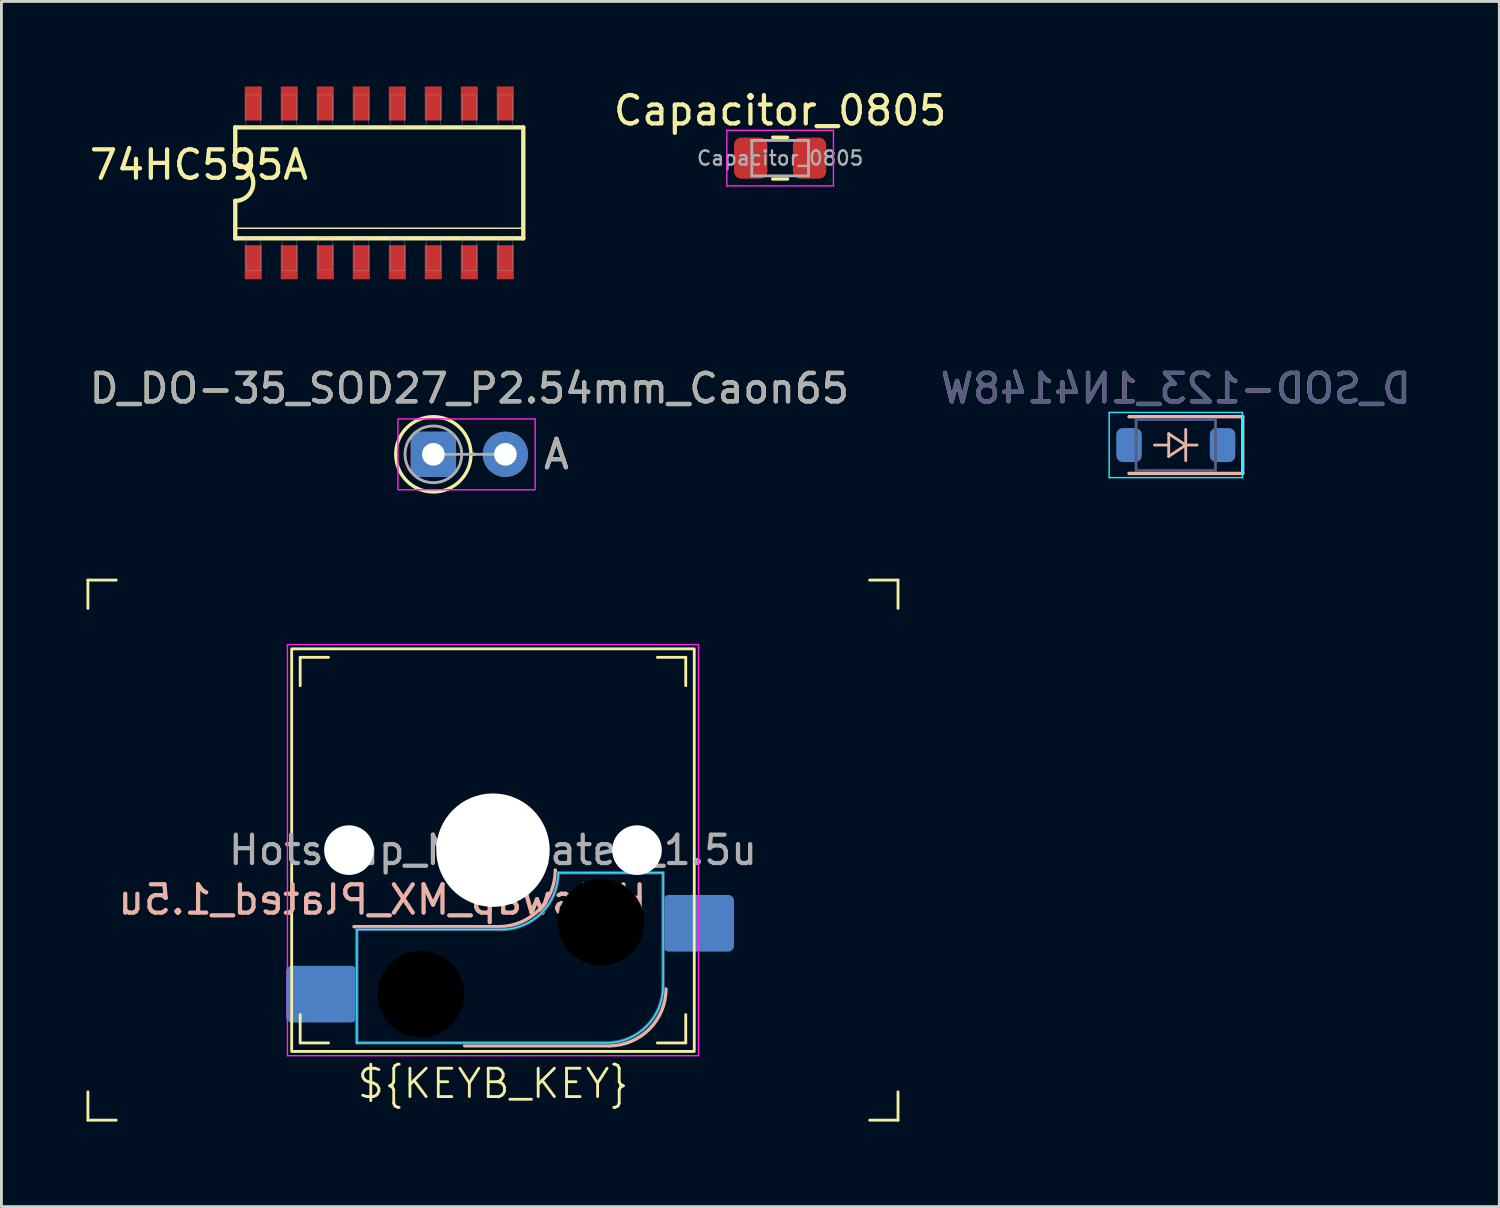
<source format=kicad_pcb>
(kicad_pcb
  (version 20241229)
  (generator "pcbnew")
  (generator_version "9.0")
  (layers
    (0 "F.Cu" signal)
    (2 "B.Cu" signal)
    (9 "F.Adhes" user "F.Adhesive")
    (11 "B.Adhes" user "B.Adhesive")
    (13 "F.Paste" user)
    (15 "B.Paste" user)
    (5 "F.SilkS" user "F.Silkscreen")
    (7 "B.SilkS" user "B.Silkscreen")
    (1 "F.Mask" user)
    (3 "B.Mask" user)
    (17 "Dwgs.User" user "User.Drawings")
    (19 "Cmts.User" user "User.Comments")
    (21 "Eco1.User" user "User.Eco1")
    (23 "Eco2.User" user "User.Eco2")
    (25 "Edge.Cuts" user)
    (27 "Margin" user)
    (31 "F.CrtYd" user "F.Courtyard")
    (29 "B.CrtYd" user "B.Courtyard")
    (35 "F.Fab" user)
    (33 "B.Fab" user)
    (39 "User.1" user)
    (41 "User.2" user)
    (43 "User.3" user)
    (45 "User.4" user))
  (footprint "74HC595A"
    (layer "F.Cu")
    (at 10.328 3.4)
    (property "Reference" "74HC595A" (at -6.363 -0.636 180) (layer "F.SilkS") (effects (font (size 1.002 1.002) (thickness 0.15))))
    (attr smd)
    (fp_line (start -5.08 -0.635) (end -5.08 -1.956) (stroke (width 0.152) (type solid)) (layer "F.SilkS"))
    (fp_line (start -5.08 1.6) (end 5.08 1.6) (stroke (width 0.051) (type solid)) (layer "F.SilkS"))
    (fp_line (start -5.08 1.956) (end -5.08 0.635) (stroke (width 0.152) (type solid)) (layer "F.SilkS"))
    (fp_line (start -5.08 1.956) (end 5.08 1.956) (stroke (width 0.152) (type solid)) (layer "F.SilkS"))
    (fp_line (start 5.08 -1.956) (end -5.08 -1.956) (stroke (width 0.152) (type solid)) (layer "F.SilkS"))
    (fp_line (start 5.08 1.956) (end 5.08 -1.956) (stroke (width 0.152) (type solid)) (layer "F.SilkS"))
    (fp_arc (start -5.08 -0.635) (mid -4.445 0) (end -5.08 0.635) (stroke (width 0.1524) (type solid)) (layer "F.SilkS"))
    (fp_poly (pts (xy -4.703 -3.099) (xy -4.191 -3.099) (xy -4.191 -1.958) (xy -4.703 -1.958)) (stroke (width 0.01) (type solid)) (fill no) (layer "F.Fab"))
    (fp_poly (pts (xy -4.7 1.956) (xy -4.191 1.956) (xy -4.191 3.1) (xy -4.7 3.1)) (stroke (width 0.01) (type solid)) (fill no) (layer "F.Fab"))
    (fp_poly (pts (xy -3.431 -3.099) (xy -2.921 -3.099) (xy -2.921 -1.957) (xy -3.431 -1.957)) (stroke (width 0.01) (type solid)) (fill no) (layer "F.Fab"))
    (fp_poly (pts (xy -3.429 1.956) (xy -2.921 1.956) (xy -2.921 3.099) (xy -3.429 3.099)) (stroke (width 0.01) (type solid)) (fill no) (layer "F.Fab"))
    (fp_poly (pts (xy -2.16 -3.099) (xy -1.651 -3.099) (xy -1.651 -1.957) (xy -2.16 -1.957)) (stroke (width 0.01) (type solid)) (fill no) (layer "F.Fab"))
    (fp_poly (pts (xy -2.159 1.93) (xy -1.651 1.93) (xy -1.651 3.074) (xy -2.159 3.074)) (stroke (width 0.01) (type solid)) (fill no) (layer "F.Fab"))
    (fp_poly (pts (xy -0.891 1.956) (xy -0.381 1.956) (xy -0.381 3.105) (xy -0.891 3.105)) (stroke (width 0.01) (type solid)) (fill no) (layer "F.Fab"))
    (fp_poly (pts (xy -0.89 -3.099) (xy -0.381 -3.099) (xy -0.381 -1.959) (xy -0.89 -1.959)) (stroke (width 0.01) (type solid)) (fill no) (layer "F.Fab"))
    (fp_poly (pts (xy 0.381 -3.099) (xy 0.889 -3.099) (xy 0.889 -1.956) (xy 0.381 -1.956)) (stroke (width 0.01) (type solid)) (fill no) (layer "F.Fab"))
    (fp_poly (pts (xy 0.381 1.956) (xy 0.889 1.956) (xy 0.889 3.1) (xy 0.381 3.1)) (stroke (width 0.01) (type solid)) (fill no) (layer "F.Fab"))
    (fp_poly (pts (xy 1.652 1.956) (xy 2.159 1.956) (xy 2.159 3.101) (xy 1.652 3.101)) (stroke (width 0.01) (type solid)) (fill no) (layer "F.Fab"))
    (fp_poly (pts (xy 1.654 -3.099) (xy 2.159 -3.099) (xy 2.159 -1.959) (xy 1.654 -1.959)) (stroke (width 0.01) (type solid)) (fill no) (layer "F.Fab"))
    (fp_poly (pts (xy 2.922 1.956) (xy 3.429 1.956) (xy 3.429 3.1) (xy 2.922 3.1)) (stroke (width 0.01) (type solid)) (fill no) (layer "F.Fab"))
    (fp_poly (pts (xy 2.927 -3.099) (xy 3.429 -3.099) (xy 3.429 -1.96) (xy 2.927 -1.96)) (stroke (width 0.01) (type solid)) (fill no) (layer "F.Fab"))
    (fp_poly (pts (xy 4.193 -3.099) (xy 4.699 -3.099) (xy 4.699 -1.957) (xy 4.193 -1.957)) (stroke (width 0.01) (type solid)) (fill no) (layer "F.Fab"))
    (fp_poly (pts (xy 4.193 1.956) (xy 4.699 1.956) (xy 4.699 3.1) (xy 4.193 3.1)) (stroke (width 0.01) (type solid)) (fill no) (layer "F.Fab"))
    (pad "1" smd rect (at -4.445 2.8) (size 0.6 1.2) (layers "F.Cu" "F.Mask" "F.Paste"))
    (pad "2" smd rect (at -3.175 2.8) (size 0.6 1.2) (layers "F.Cu" "F.Mask" "F.Paste"))
    (pad "3" smd rect (at -1.905 2.8) (size 0.6 1.2) (layers "F.Cu" "F.Mask" "F.Paste"))
    (pad "4" smd rect (at -0.635 2.8) (size 0.6 1.2) (layers "F.Cu" "F.Mask" "F.Paste"))
    (pad "5" smd rect (at 0.635 2.8) (size 0.6 1.2) (layers "F.Cu" "F.Mask" "F.Paste"))
    (pad "6" smd rect (at 1.905 2.8) (size 0.6 1.2) (layers "F.Cu" "F.Mask" "F.Paste"))
    (pad "7" smd rect (at 3.175 2.8) (size 0.6 1.2) (layers "F.Cu" "F.Mask" "F.Paste"))
    (pad "8" smd rect (at 4.445 2.8) (size 0.6 1.2) (layers "F.Cu" "F.Mask" "F.Paste"))
    (pad "9" smd rect (at 4.445 -2.8) (size 0.6 1.2) (layers "F.Cu" "F.Mask" "F.Paste"))
    (pad "10" smd rect (at 3.175 -2.8) (size 0.6 1.2) (layers "F.Cu" "F.Mask" "F.Paste"))
    (pad "11" smd rect (at 1.905 -2.8) (size 0.6 1.2) (layers "F.Cu" "F.Mask" "F.Paste"))
    (pad "12" smd rect (at 0.635 -2.8) (size 0.6 1.2) (layers "F.Cu" "F.Mask" "F.Paste"))
    (pad "13" smd rect (at -0.635 -2.8) (size 0.6 1.2) (layers "F.Cu" "F.Mask" "F.Paste"))
    (pad "14" smd rect (at -1.905 -2.8) (size 0.6 1.2) (layers "F.Cu" "F.Mask" "F.Paste"))
    (pad "15" smd rect (at -3.175 -2.8) (size 0.6 1.2) (layers "F.Cu" "F.Mask" "F.Paste"))
    (pad "16" smd rect (at -4.445 -2.8) (size 0.6 1.2) (layers "F.Cu" "F.Mask" "F.Paste")))
  (footprint "D_DO-35_SOD27_P2.54mm_Caon65"
    (layer "F.Cu")
    (at 12.236 12.975)
    (property "Reference" "D_DO-35_SOD27_P2.54mm_Caon65" (at 1.27 -2.326 0) (layer "F.SilkS") (effects (font (size 1 1) (thickness 0.15))))
    (attr through_hole)
    (fp_line (start 1.326 0) (end 1.44 0) (stroke (width 0.12) (type solid)) (layer "F.SilkS"))
    (fp_circle (center 0 0) (end 1.326 0) (stroke (width 0.12) (type solid)) (fill no) (layer "F.SilkS"))
    (fp_rect (start -1.25 -1.25) (end 3.59 1.25) (stroke (width 0.05) (type solid)) (fill no) (layer "F.CrtYd"))
    (fp_line (start 0 0) (end 2.54 0) (stroke (width 0.1) (type solid)) (layer "F.Fab"))
    (fp_circle (center 0 0) (end 1 0) (stroke (width 0.1) (type solid)) (fill no) (layer "F.Fab"))
    (fp_text user "A" (at 4.34 0 0) (layer "F.SilkS") (effects (font (size 1 1) (thickness 0.15))))
    (fp_text user "${REFERENCE}" (at 1.27 -2.326 0) (layer "F.Fab") (effects (font (size 1 1) (thickness 0.15))))
    (fp_text user "A" (at 4.34 0 0) (layer "F.Fab") (effects (font (size 1 1) (thickness 0.15))))
    (pad "1" thru_hole roundrect (at 0 0) (size 1.6 1.6) (drill 0.8) (layers "*.Cu" "*.Mask") (roundrect_rratio 0.156))
    (pad "2" thru_hole circle (at 2.54 0) (size 1.6 1.6) (drill 0.8) (layers "*.Cu" "*.Mask")))
  (footprint "Hotswap_MX_Plated_1.5u"
    (layer "F.Cu")
    (at 14.338 26.936)
    (property "Reference" "Hotswap_MX_Plated_1.5u" (at -3.9 1.75 180) (layer "B.SilkS") (effects (font (size 1 1) (thickness 0.15)) (justify mirror)))
    (attr smd allow_soldermask_bridges)
    (fp_line (start -14.287 -9.525) (end -13.287 -9.525) (stroke (width 0.1) (type default)) (layer "F.SilkS"))
    (fp_line (start -14.287 -8.525) (end -14.287 -9.525) (stroke (width 0.1) (type default)) (layer "F.SilkS"))
    (fp_line (start -14.287 9.525) (end -14.287 8.525) (stroke (width 0.1) (type default)) (layer "F.SilkS"))
    (fp_line (start -13.287 9.525) (end -14.287 9.525) (stroke (width 0.1) (type default)) (layer "F.SilkS"))
    (fp_line (start -6.8 -6.8) (end -5.8 -6.8) (stroke (width 0.1) (type default)) (layer "F.SilkS"))
    (fp_line (start -6.8 -5.8) (end -6.8 -6.8) (stroke (width 0.1) (type default)) (layer "F.SilkS"))
    (fp_line (start -6.8 6.8) (end -6.8 5.8) (stroke (width 0.1) (type default)) (layer "F.SilkS"))
    (fp_line (start -5.8 6.8) (end -6.8 6.8) (stroke (width 0.1) (type default)) (layer "F.SilkS"))
    (fp_line (start 5.8 -6.8) (end 6.8 -6.8) (stroke (width 0.1) (type default)) (layer "F.SilkS"))
    (fp_line (start 6.8 -6.8) (end 6.8 -5.8) (stroke (width 0.1) (type default)) (layer "F.SilkS"))
    (fp_line (start 6.8 5.8) (end 6.8 6.8) (stroke (width 0.1) (type default)) (layer "F.SilkS"))
    (fp_line (start 6.8 6.8) (end 5.8 6.8) (stroke (width 0.1) (type default)) (layer "F.SilkS"))
    (fp_line (start 13.287 -9.525) (end 14.287 -9.525) (stroke (width 0.1) (type default)) (layer "F.SilkS"))
    (fp_line (start 14.287 -9.525) (end 14.287 -8.525) (stroke (width 0.1) (type default)) (layer "F.SilkS"))
    (fp_line (start 14.287 8.525) (end 14.287 9.525) (stroke (width 0.1) (type default)) (layer "F.SilkS"))
    (fp_line (start 14.287 9.525) (end 13.287 9.525) (stroke (width 0.1) (type default)) (layer "F.SilkS"))
    (fp_rect (start -7.1 -7.1) (end 7.1 7.1) (stroke (width 0.1) (type default)) (fill no) (layer "F.SilkS"))
    (fp_line (start 0.2 2.7) (end -4.9 2.7) (stroke (width 0.12) (type solid)) (layer "B.SilkS"))
    (fp_line (start 4.1 6.9) (end -1 6.9) (stroke (width 0.12) (type solid)) (layer "B.SilkS"))
    (fp_arc (start 2.2 0.7) (mid 1.614214 2.114214) (end 0.2 2.7) (stroke (width 0.12) (type solid)) (layer "B.SilkS"))
    (fp_arc (start 6.1 4.9) (mid 5.514214 6.314214) (end 4.1 6.9) (stroke (width 0.12) (type solid)) (layer "B.SilkS"))
    (fp_line (start -4.8 6.8) (end -4.8 2.8) (stroke (width 0.05) (type solid)) (layer "B.CrtYd"))
    (fp_line (start 0.3 2.8) (end -4.8 2.8) (stroke (width 0.05) (type solid)) (layer "B.CrtYd"))
    (fp_line (start 4 6.8) (end -4.8 6.8) (stroke (width 0.05) (type solid)) (layer "B.CrtYd"))
    (fp_line (start 6 0.8) (end 2.3 0.8) (stroke (width 0.05) (type solid)) (layer "B.CrtYd"))
    (fp_line (start 6 0.8) (end 6 4.8) (stroke (width 0.05) (type solid)) (layer "B.CrtYd"))
    (fp_arc (start 2.3 0.8) (mid 1.714214 2.214214) (end 0.3 2.8) (stroke (width 0.05) (type solid)) (layer "B.CrtYd"))
    (fp_arc (start 6 4.8) (mid 5.414214 6.214214) (end 4 6.8) (stroke (width 0.05) (type solid)) (layer "B.CrtYd"))
    (fp_line (start -7.25 -7.25) (end -7.25 7.25) (stroke (width 0.05) (type solid)) (layer "F.CrtYd"))
    (fp_line (start -7.25 7.25) (end 7.25 7.25) (stroke (width 0.05) (type solid)) (layer "F.CrtYd"))
    (fp_line (start 7.25 -7.25) (end -7.25 -7.25) (stroke (width 0.05) (type solid)) (layer "F.CrtYd"))
    (fp_line (start 7.25 7.25) (end 7.25 -7.25) (stroke (width 0.05) (type solid)) (layer "F.CrtYd"))
    (fp_line (start -4.8 6.8) (end -4.8 2.8) (stroke (width 0.12) (type solid)) (layer "B.Fab"))
    (fp_line (start 0.3 2.8) (end -4.8 2.8) (stroke (width 0.12) (type solid)) (layer "B.Fab"))
    (fp_line (start 4 6.8) (end -4.8 6.8) (stroke (width 0.12) (type solid)) (layer "B.Fab"))
    (fp_line (start 6 0.8) (end 2.3 0.8) (stroke (width 0.12) (type solid)) (layer "B.Fab"))
    (fp_line (start 6 0.8) (end 6 4.8) (stroke (width 0.12) (type solid)) (layer "B.Fab"))
    (fp_arc (start 2.3 0.8) (mid 1.714214 2.214214) (end 0.3 2.8) (stroke (width 0.12) (type solid)) (layer "B.Fab"))
    (fp_arc (start 6 4.8) (mid 5.414214 6.214214) (end 4 6.8) (stroke (width 0.12) (type solid)) (layer "B.Fab"))
    (fp_text user "${KEYB_KEY}" (at 0 8.82 0) (unlocked yes) (layer "F.SilkS") (effects (font (size 1 1) (thickness 0.1)) (justify bottom)))
    (fp_text user "${REFERENCE}" (at 0 0 180) (layer "F.Fab") (effects (font (size 1 1) (thickness 0.15))))
    (pad "" np_thru_hole circle (at -5.08 0 180) (size 1.75 1.75) (drill 1.75) (layers "*.Cu" "*.Mask"))
    (pad "" np_thru_hole circle (at -2.54 5.08 180) (size 3.05 3.05) (drill 3.05) (layers "*.Mask"))
    (pad "" np_thru_hole circle (at 0 0 180) (size 4 4) (drill 4) (layers "*.Cu" "*.Mask"))
    (pad "" np_thru_hole circle (at 3.81 2.54 180) (size 3.05 3.05) (drill 3.05) (layers "*.Mask"))
    (pad "" np_thru_hole circle (at 5.08 0 180) (size 1.75 1.75) (drill 1.75) (layers "*.Cu" "*.Mask"))
    (pad "1" smd roundrect (at 7.253 2.58 180) (size 2.5 2) (layers "B.Cu" "B.Mask" "B.Paste") (roundrect_rratio 0.1))
    (pad "2" smd roundrect (at -6.048 5.08 180) (size 2.5 2) (layers "B.Cu" "B.Mask" "B.Paste") (roundrect_rratio 0.1)))
  (footprint "Capacitor_0805"
    (layer "F.Cu")
    (at 24.467 2.528)
    (property "Reference" "Capacitor_0805" (at 0 -1.68 0) (layer "F.SilkS") (effects (font (size 1 1) (thickness 0.15))))
    (attr smd)
    (fp_line (start -0.261 -0.735) (end 0.261 -0.735) (stroke (width 0.12) (type solid)) (layer "F.SilkS"))
    (fp_line (start -0.261 0.735) (end 0.261 0.735) (stroke (width 0.12) (type solid)) (layer "F.SilkS"))
    (fp_line (start -1.88 -0.98) (end 1.88 -0.98) (stroke (width 0.05) (type solid)) (layer "F.CrtYd"))
    (fp_line (start -1.88 0.98) (end -1.88 -0.98) (stroke (width 0.05) (type solid)) (layer "F.CrtYd"))
    (fp_line (start 1.88 -0.98) (end 1.88 0.98) (stroke (width 0.05) (type solid)) (layer "F.CrtYd"))
    (fp_line (start 1.88 0.98) (end -1.88 0.98) (stroke (width 0.05) (type solid)) (layer "F.CrtYd"))
    (fp_line (start -1 -0.625) (end 1 -0.625) (stroke (width 0.1) (type solid)) (layer "F.Fab"))
    (fp_line (start -1 0.625) (end -1 -0.625) (stroke (width 0.1) (type solid)) (layer "F.Fab"))
    (fp_line (start 1 -0.625) (end 1 0.625) (stroke (width 0.1) (type solid)) (layer "F.Fab"))
    (fp_line (start 1 0.625) (end -1 0.625) (stroke (width 0.1) (type solid)) (layer "F.Fab"))
    (fp_text user "${REFERENCE}" (at 0 0 0) (layer "F.Fab") (effects (font (size 0.5 0.5) (thickness 0.08))))
    (pad "1" smd roundrect (at -1.038 0) (size 1.175 1.45) (layers "F.Cu" "F.Mask" "F.Paste") (roundrect_rratio 0.213))
    (pad "2" smd roundrect (at 1.038 0) (size 1.175 1.45) (layers "F.Cu" "F.Mask" "F.Paste") (roundrect_rratio 0.213)))
  (footprint "D_SOD-123_1N4148W"
    (layer "F.Cu")
    (at 38.423 12.648)
    (property "Reference" "D_SOD-123_1N4148W" (at 0 -2 0) (layer "B.SilkS") (effects (font (size 1 1) (thickness 0.15)) (justify mirror)))
    (attr smd)
    (fp_line (start -1.65 -1) (end 2.36 -1) (stroke (width 0.12) (type solid)) (layer "B.SilkS"))
    (fp_line (start -1.65 1) (end 2.36 1) (stroke (width 0.12) (type solid)) (layer "B.SilkS"))
    (fp_line (start -0.75 0) (end -0.25 0) (stroke (width 0.1) (type solid)) (layer "B.SilkS"))
    (fp_line (start -0.25 -0.4) (end 0.35 0) (stroke (width 0.1) (type solid)) (layer "B.SilkS"))
    (fp_line (start -0.25 0.4) (end -0.25 -0.4) (stroke (width 0.1) (type solid)) (layer "B.SilkS"))
    (fp_line (start 0.35 -0.55) (end 0.35 0) (stroke (width 0.1) (type solid)) (layer "B.SilkS"))
    (fp_line (start 0.35 0) (end -0.25 0.4) (stroke (width 0.1) (type solid)) (layer "B.SilkS"))
    (fp_line (start 0.35 0) (end 0.75 0) (stroke (width 0.1) (type solid)) (layer "B.SilkS"))
    (fp_line (start 0.35 0.55) (end 0.35 0) (stroke (width 0.1) (type solid)) (layer "B.SilkS"))
    (fp_line (start 2.36 1) (end 2.36 -1) (stroke (width 0.12) (type solid)) (layer "B.SilkS"))
    (fp_line (start -2.35 -1.15) (end 2.35 -1.15) (stroke (width 0.05) (type solid)) (layer "B.CrtYd"))
    (fp_line (start -2.35 1.15) (end -2.35 -1.15) (stroke (width 0.05) (type solid)) (layer "B.CrtYd"))
    (fp_line (start 2.35 1.15) (end -2.35 1.15) (stroke (width 0.05) (type solid)) (layer "B.CrtYd"))
    (fp_line (start 2.35 1.15) (end 2.35 -1.15) (stroke (width 0.05) (type solid)) (layer "B.CrtYd"))
    (fp_line (start -1.4 -0.9) (end 1.4 -0.9) (stroke (width 0.1) (type solid)) (layer "B.Fab"))
    (fp_line (start -1.4 0.9) (end -1.4 -0.9) (stroke (width 0.1) (type solid)) (layer "B.Fab"))
    (fp_line (start 1.4 -0.9) (end 1.4 0.9) (stroke (width 0.1) (type solid)) (layer "B.Fab"))
    (fp_line (start 1.4 0.9) (end -1.4 0.9) (stroke (width 0.1) (type solid)) (layer "B.Fab"))
    (fp_text user "${REFERENCE}" (at 0 -2 0) (layer "B.Fab") (effects (font (size 1 1) (thickness 0.15)) (justify mirror)))
    (pad "7" smd roundrect (at 1.65 0) (size 0.9 1.2) (layers "B.Cu" "B.Mask" "B.Paste") (roundrect_rratio 0.25))
    (pad "8" smd roundrect (at -1.65 0) (size 0.9 1.2) (layers "B.Cu" "B.Mask" "B.Paste") (roundrect_rratio 0.25)))
  (gr_rect
    (start -3 -3)
    (end 49.833 39.511)
    (stroke (width 0.1) (type default))
    (fill no)
    (layer "Edge.Cuts")))
</source>
